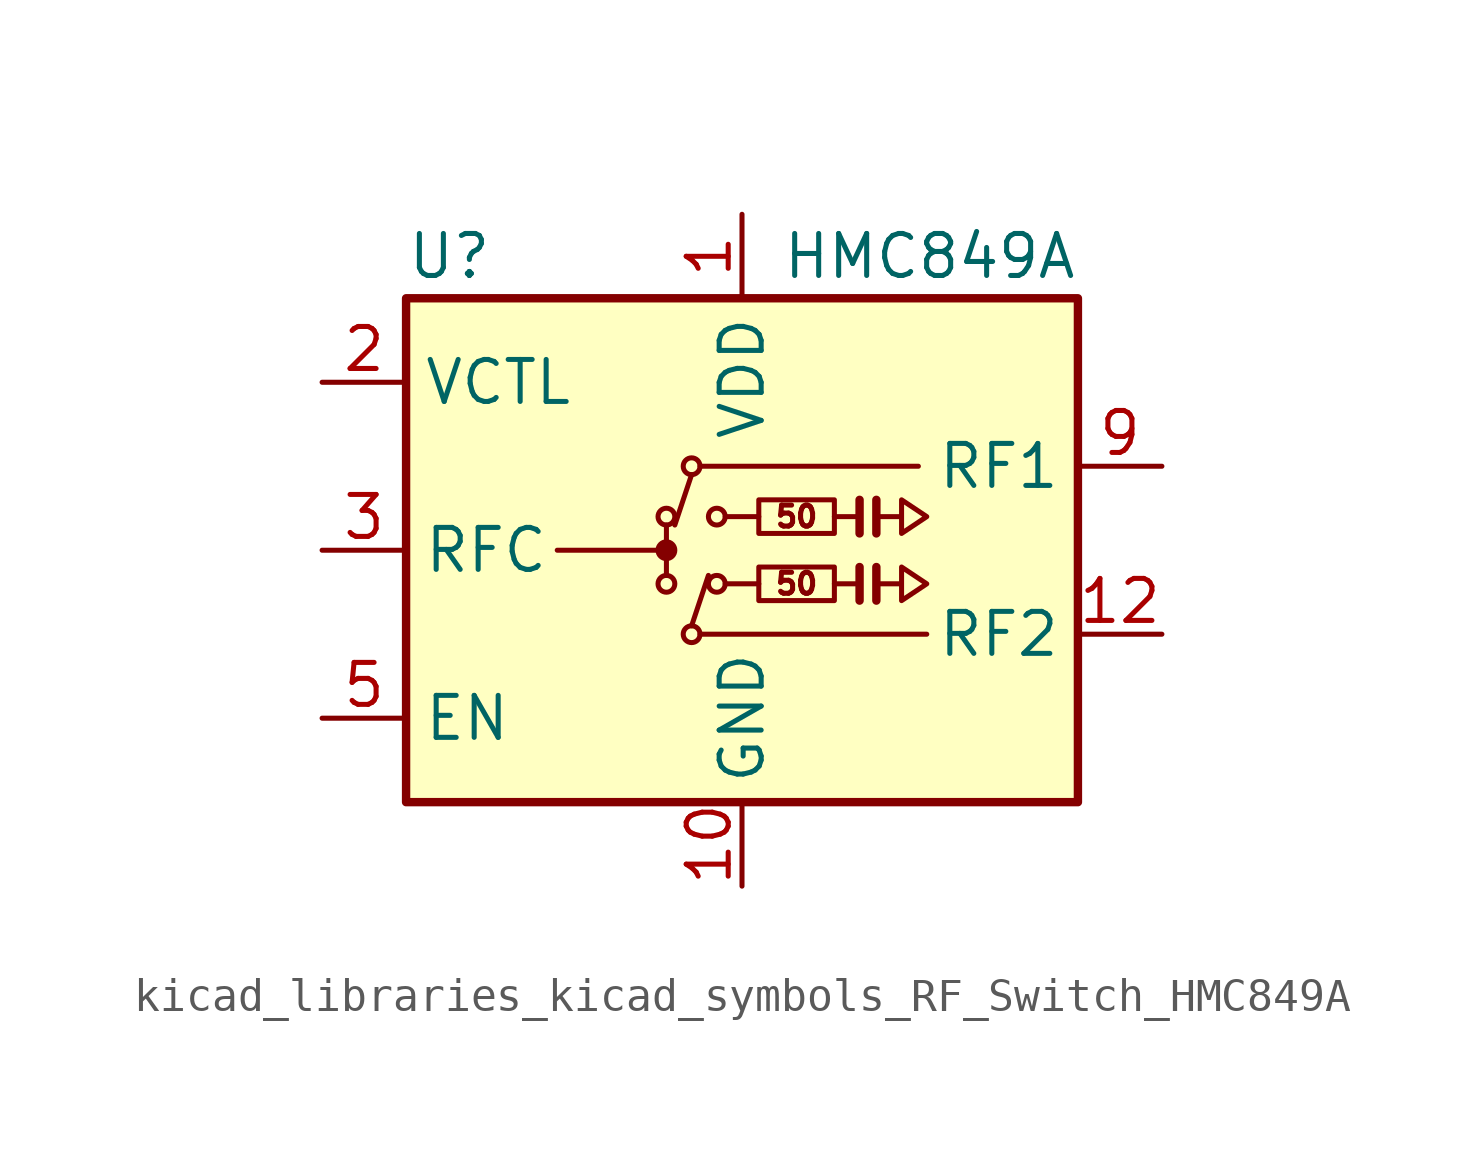
<source format=kicad_sym>
(kicad_symbol_lib
  (version 20220914)
  (generator kicad_symbol_editor)
  (symbol "kicad_libraries_kicad_symbols_RF_Switch_HMC849A"
    (property "Reference" "U"
      (at -10.16 8.89 0)
      (effects (font (size 1.27 1.27)) (justify left)))
    (property "Value" "HMC849A"
      (at 10.16 8.89 0)
      (effects (font (size 1.27 1.27)) (justify right)))
    (symbol "kicad_libraries_kicad_symbols_RF_Switch_HMC849A_0_0"
      (text "50" (at 1.651 -1.016 0) (effects (font (size 0.635 0.635))))
      (text "50" (at 1.651 1.016 0) (effects (font (size 0.635 0.635)))))
    (symbol "kicad_libraries_kicad_symbols_RF_Switch_HMC849A_0_1"
      (rectangle (start -10.16 7.62) (end 10.16 -7.62) (stroke (width 0.254) (type default)) (fill (type background)))
      (circle (center -2.286 0) (radius 0.254) (stroke (width 0) (type default)) (fill (type outline)))
      (circle (center -2.286 1.016) (radius 0.254) (stroke (width 0) (type default)) (fill (type none)))
      (circle (center -1.524 -2.54) (radius 0.254) (stroke (width 0) (type default)) (fill (type none)))
      (circle (center -1.524 2.54) (radius 0.254) (stroke (width 0) (type default)) (fill (type none)))
      (circle (center -0.762 -1.016) (radius 0.254) (stroke (width 0) (type default)) (fill (type none)))
      (polyline (pts (xy -2.286 0) (xy -5.588 0)) (stroke (width 0) (type default)) (fill (type none)))
      (polyline (pts (xy -2.286 0.762) (xy -2.286 -0.762)) (stroke (width 0) (type default)) (fill (type none)))
      (polyline (pts (xy -1.524 -2.286) (xy -1.016 -0.762)) (stroke (width 0) (type default)) (fill (type none)))
      (polyline (pts (xy -1.524 2.286) (xy -2.032 0.762)) (stroke (width 0) (type default)) (fill (type none)))
      (polyline (pts (xy -1.27 -2.54) (xy 5.588 -2.54)) (stroke (width 0) (type default)) (fill (type none)))
      (polyline (pts (xy -1.27 2.54) (xy 5.334 2.54)) (stroke (width 0) (type default)) (fill (type none)))
      (polyline (pts (xy -0.508 -1.016) (xy 0.508 -1.016)) (stroke (width 0) (type default)) (fill (type none)))
      (polyline (pts (xy -0.508 1.016) (xy 0.508 1.016)) (stroke (width 0) (type default)) (fill (type none)))
      (polyline (pts (xy 3.556 -1.524) (xy 3.556 -0.508)) (stroke (width 0.254) (type default)) (fill (type none)))
      (polyline (pts (xy 3.556 -1.016) (xy 2.794 -1.016)) (stroke (width 0) (type default)) (fill (type none)))
      (polyline (pts (xy 3.556 0.508) (xy 3.556 1.524)) (stroke (width 0.254) (type default)) (fill (type none)))
      (polyline (pts (xy 3.556 1.016) (xy 2.794 1.016)) (stroke (width 0) (type default)) (fill (type none)))
      (polyline (pts (xy 4.064 -0.508) (xy 4.064 -1.524)) (stroke (width 0.254) (type default)) (fill (type none)))
      (polyline (pts (xy 4.064 1.524) (xy 4.064 0.508)) (stroke (width 0.254) (type default)) (fill (type none)))
      (polyline (pts (xy 4.064 -1.016) (xy 4.826 -1.016) (xy 4.826 -1.524) (xy 5.588 -1.016) (xy 4.826 -0.508) (xy 4.826 -1.016)) (stroke (width 0) (type default)) (fill (type none)))
      (polyline (pts (xy 4.064 1.016) (xy 4.826 1.016) (xy 4.826 0.508) (xy 5.588 1.016) (xy 4.826 1.524) (xy 4.826 1.016)) (stroke (width 0) (type default)) (fill (type none)))
      (rectangle (start 0.508 -1.524) (end 2.794 -0.508) (stroke (width 0) (type default)) (fill (type none)))
      (rectangle (start 0.508 0.508) (end 2.794 1.524) (stroke (width 0) (type default)) (fill (type none))))
    (symbol "kicad_libraries_kicad_symbols_RF_Switch_HMC849A_1_1"
      (circle (center -2.286 -1.016) (radius 0.254) (stroke (width 0) (type default)) (fill (type none)))
      (circle (center -0.762 1.016) (radius 0.254) (stroke (width 0) (type default)) (fill (type none)))
      (pin power_in line (at 0 10.16 270) (length 2.54) (name "VDD" (effects (font (size 1.27 1.27)))) (number "1" (effects (font (size 1.27 1.27)))))
      (pin power_in line (at 0 -10.16 90) (length 2.54) (name "GND" (effects (font (size 1.27 1.27)))) (number "10" (effects (font (size 1.27 1.27)))))
      (pin passive line (at 0 -10.16 90) (length 2.54) hide (name "GND" (effects (font (size 1.27 1.27)))) (number "11" (effects (font (size 1.27 1.27)))))
      (pin passive line (at 12.7 -2.54 180) (length 2.54) (name "RF2" (effects (font (size 1.27 1.27)))) (number "12" (effects (font (size 1.27 1.27)))))
      (pin passive line (at 0 -10.16 90) (length 2.54) hide (name "GND" (effects (font (size 1.27 1.27)))) (number "13" (effects (font (size 1.27 1.27)))))
      (pin passive line (at 0 -10.16 90) (length 2.54) hide (name "GND" (effects (font (size 1.27 1.27)))) (number "14" (effects (font (size 1.27 1.27)))))
      (pin passive line (at 0 -10.16 90) (length 2.54) hide (name "GND" (effects (font (size 1.27 1.27)))) (number "15" (effects (font (size 1.27 1.27)))))
      (pin passive line (at 0 -10.16 90) (length 2.54) hide (name "GND" (effects (font (size 1.27 1.27)))) (number "16" (effects (font (size 1.27 1.27)))))
      (pin passive line (at 0 -10.16 90) (length 2.54) hide (name "GND" (effects (font (size 1.27 1.27)))) (number "17" (effects (font (size 1.27 1.27)))))
      (pin input line (at -12.7 5.08 0) (length 2.54) (name "VCTL" (effects (font (size 1.27 1.27)))) (number "2" (effects (font (size 1.27 1.27)))))
      (pin passive line (at -12.7 0 0) (length 2.54) (name "RFC" (effects (font (size 1.27 1.27)))) (number "3" (effects (font (size 1.27 1.27)))))
      (pin passive line (at 0 -10.16 90) (length 2.54) hide (name "GND" (effects (font (size 1.27 1.27)))) (number "4" (effects (font (size 1.27 1.27)))))
      (pin input line (at -12.7 -5.08 0) (length 2.54) (name "EN" (effects (font (size 1.27 1.27)))) (number "5" (effects (font (size 1.27 1.27)))))
      (pin passive line (at 0 -10.16 90) (length 2.54) hide (name "GND" (effects (font (size 1.27 1.27)))) (number "6" (effects (font (size 1.27 1.27)))))
      (pin passive line (at 0 -10.16 90) (length 2.54) hide (name "GND" (effects (font (size 1.27 1.27)))) (number "7" (effects (font (size 1.27 1.27)))))
      (pin passive line (at 0 -10.16 90) (length 2.54) hide (name "GND" (effects (font (size 1.27 1.27)))) (number "8" (effects (font (size 1.27 1.27)))))
      (pin passive line (at 12.7 2.54 180) (length 2.54) (name "RF1" (effects (font (size 1.27 1.27)))) (number "9" (effects (font (size 1.27 1.27))))))))
</source>
